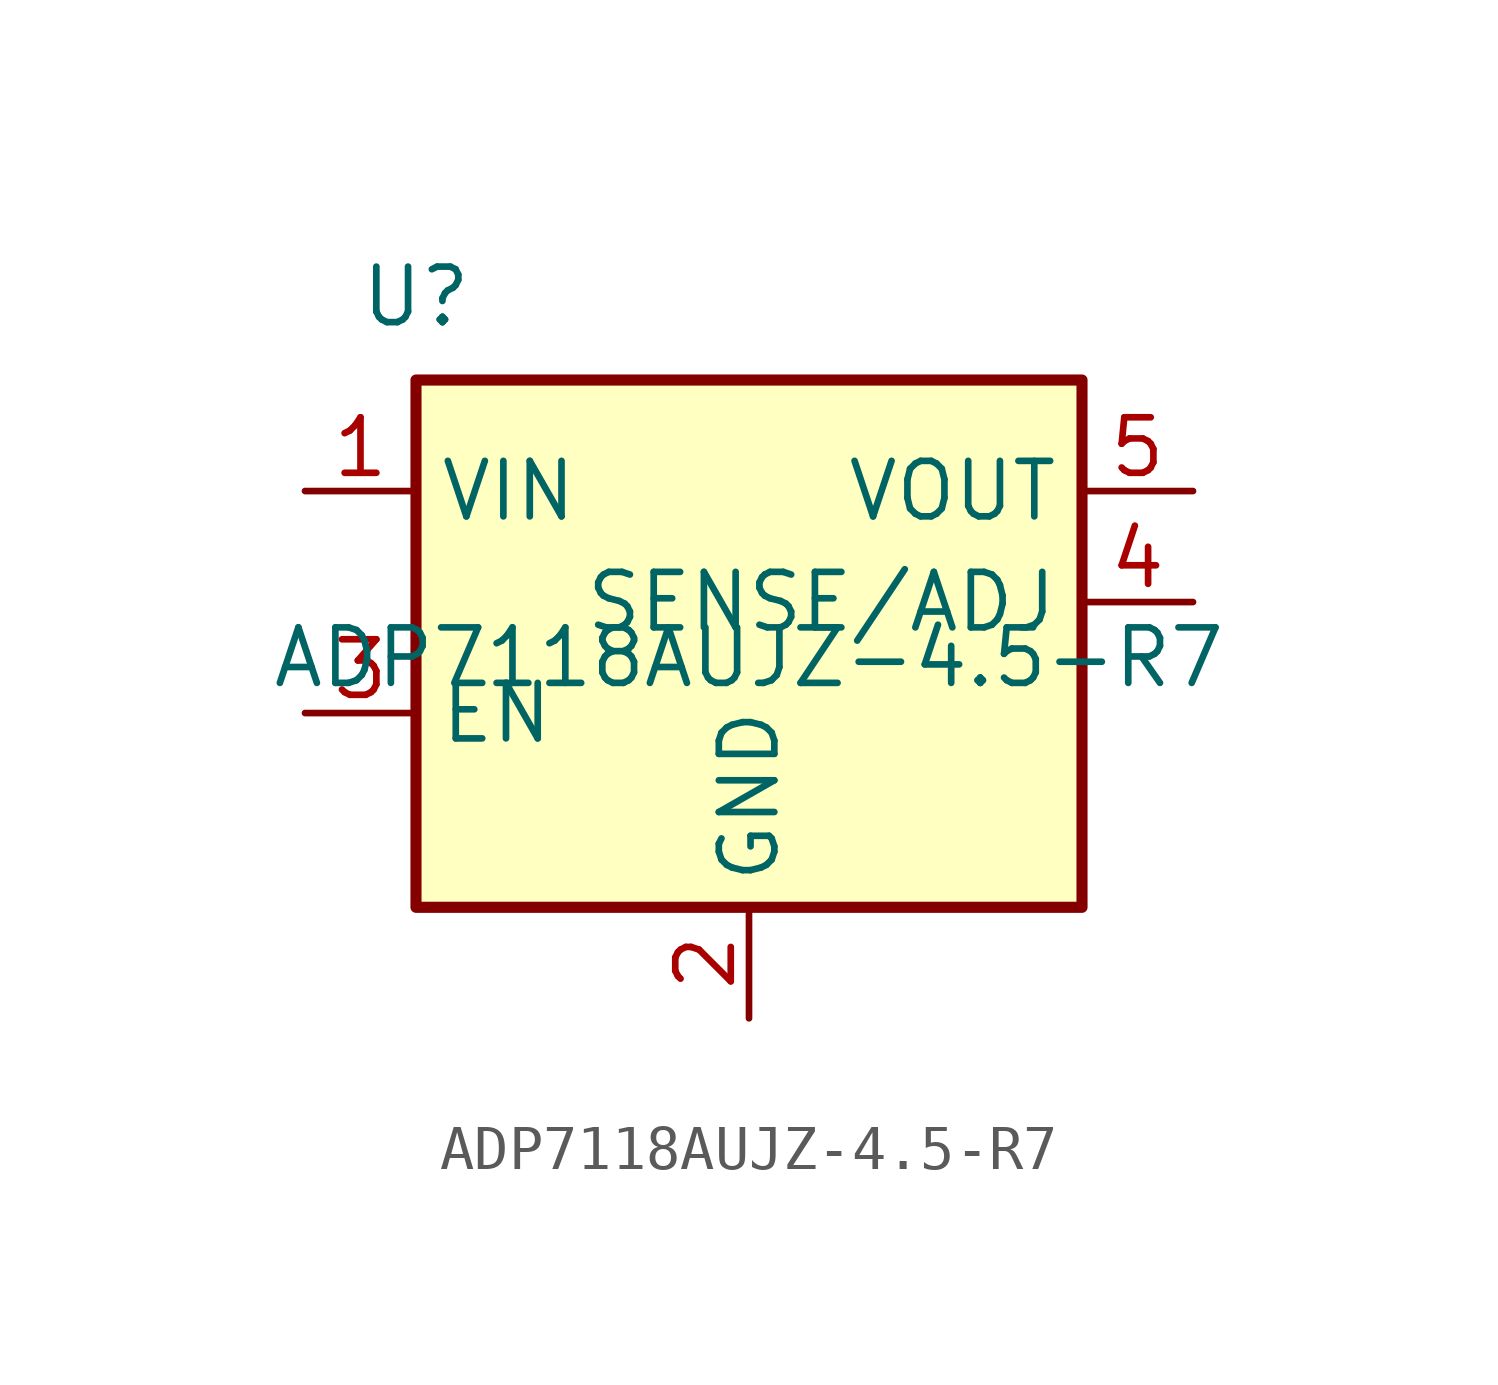
<source format=kicad_sym>
(kicad_symbol_lib
  (version 20220914)
  (generator kicad_symbol_editor)
  (symbol "ADP7118AUJZ-4.5-R7"
    (property "Reference" "U"
      (at -7.62 8.255 0)
      (effects (font (size 1.27 1.27))))
    (property "Value" "ADP7118AUJZ-4.5-R7"
      (at 0 0 0)
      (effects (font (size 1.27 1.27))))
    (symbol "ADP7118AUJZ-4.5-R7_0_1"
      (rectangle (start -7.62 6.35) (end 7.62 -5.715) (stroke (width 0.254) (type default)) (fill (type background))))
    (symbol "ADP7118AUJZ-4.5-R7_1_1"
      (pin power_in line (at -10.16 3.81 0) (length 2.54) (name "VIN" (effects (font (size 1.27 1.27)))) (number "1" (effects (font (size 1.27 1.27)))))
      (pin power_in line (at 0 -8.255 90) (length 2.54) (name "GND" (effects (font (size 1.27 1.27)))) (number "2" (effects (font (size 1.27 1.27)))))
      (pin input line (at -10.16 -1.27 0) (length 2.54) (name "EN" (effects (font (size 1.27 1.27)))) (number "3" (effects (font (size 1.27 1.27)))))
      (pin input line (at 10.16 1.27 180) (length 2.54) (name "SENSE/ADJ" (effects (font (size 1.27 1.27)))) (number "4" (effects (font (size 1.27 1.27)))))
      (pin power_out line (at 10.16 3.81 180) (length 2.54) (name "VOUT" (effects (font (size 1.27 1.27)))) (number "5" (effects (font (size 1.27 1.27))))))))
</source>
